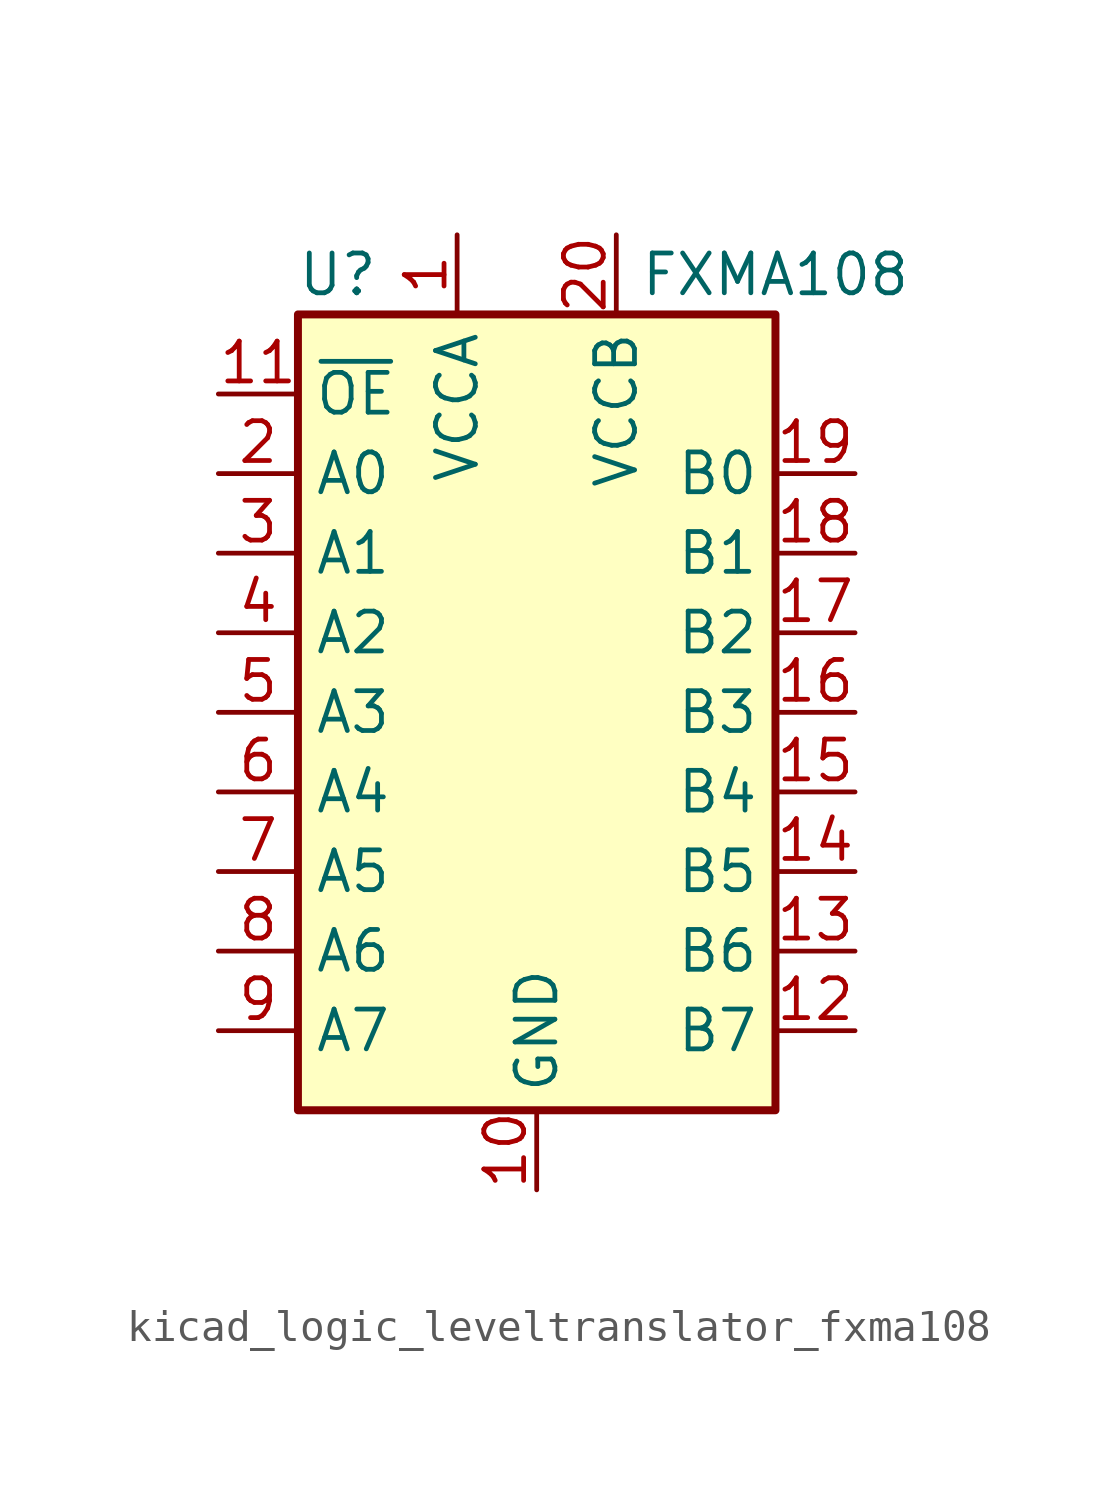
<source format=kicad_sym>
(kicad_symbol_lib
  (version 20220914)
  (generator kicad_symbol_editor)
  (symbol "kicad_logic_leveltranslator_fxma108"
    (property "Reference" "U"
      (at -6.35 13.97 0)
      (effects (font (size 1.27 1.27))))
    (property "Value" "FXMA108"
      (at 7.62 13.97 0)
      (effects (font (size 1.27 1.27))))
    (symbol "kicad_logic_leveltranslator_fxma108_1_1"
      (rectangle (start -7.62 12.7) (end 7.62 -12.7) (stroke (width 0.254) (type default)) (fill (type background)))
      (pin power_in line (at -2.54 15.24 270) (length 2.54) (name "VCCA" (effects (font (size 1.27 1.27)))) (number "1" (effects (font (size 1.27 1.27)))))
      (pin power_in line (at 0 -15.24 90) (length 2.54) (name "GND" (effects (font (size 1.27 1.27)))) (number "10" (effects (font (size 1.27 1.27)))))
      (pin input line (at -10.16 10.16 0) (length 2.54) (name "~{OE}" (effects (font (size 1.27 1.27)))) (number "11" (effects (font (size 1.27 1.27)))))
      (pin bidirectional line (at 10.16 -10.16 180) (length 2.54) (name "B7" (effects (font (size 1.27 1.27)))) (number "12" (effects (font (size 1.27 1.27)))))
      (pin bidirectional line (at 10.16 -7.62 180) (length 2.54) (name "B6" (effects (font (size 1.27 1.27)))) (number "13" (effects (font (size 1.27 1.27)))))
      (pin bidirectional line (at 10.16 -5.08 180) (length 2.54) (name "B5" (effects (font (size 1.27 1.27)))) (number "14" (effects (font (size 1.27 1.27)))))
      (pin bidirectional line (at 10.16 -2.54 180) (length 2.54) (name "B4" (effects (font (size 1.27 1.27)))) (number "15" (effects (font (size 1.27 1.27)))))
      (pin bidirectional line (at 10.16 0 180) (length 2.54) (name "B3" (effects (font (size 1.27 1.27)))) (number "16" (effects (font (size 1.27 1.27)))))
      (pin bidirectional line (at 10.16 2.54 180) (length 2.54) (name "B2" (effects (font (size 1.27 1.27)))) (number "17" (effects (font (size 1.27 1.27)))))
      (pin bidirectional line (at 10.16 5.08 180) (length 2.54) (name "B1" (effects (font (size 1.27 1.27)))) (number "18" (effects (font (size 1.27 1.27)))))
      (pin bidirectional line (at 10.16 7.62 180) (length 2.54) (name "B0" (effects (font (size 1.27 1.27)))) (number "19" (effects (font (size 1.27 1.27)))))
      (pin bidirectional line (at -10.16 7.62 0) (length 2.54) (name "A0" (effects (font (size 1.27 1.27)))) (number "2" (effects (font (size 1.27 1.27)))))
      (pin power_in line (at 2.54 15.24 270) (length 2.54) (name "VCCB" (effects (font (size 1.27 1.27)))) (number "20" (effects (font (size 1.27 1.27)))))
      (pin no_connect line (at 2.54 -12.7 90) (length 2.54) hide (name "NC" (effects (font (size 1.27 1.27)))) (number "21" (effects (font (size 1.27 1.27)))))
      (pin bidirectional line (at -10.16 5.08 0) (length 2.54) (name "A1" (effects (font (size 1.27 1.27)))) (number "3" (effects (font (size 1.27 1.27)))))
      (pin bidirectional line (at -10.16 2.54 0) (length 2.54) (name "A2" (effects (font (size 1.27 1.27)))) (number "4" (effects (font (size 1.27 1.27)))))
      (pin bidirectional line (at -10.16 0 0) (length 2.54) (name "A3" (effects (font (size 1.27 1.27)))) (number "5" (effects (font (size 1.27 1.27)))))
      (pin bidirectional line (at -10.16 -2.54 0) (length 2.54) (name "A4" (effects (font (size 1.27 1.27)))) (number "6" (effects (font (size 1.27 1.27)))))
      (pin bidirectional line (at -10.16 -5.08 0) (length 2.54) (name "A5" (effects (font (size 1.27 1.27)))) (number "7" (effects (font (size 1.27 1.27)))))
      (pin bidirectional line (at -10.16 -7.62 0) (length 2.54) (name "A6" (effects (font (size 1.27 1.27)))) (number "8" (effects (font (size 1.27 1.27)))))
      (pin bidirectional line (at -10.16 -10.16 0) (length 2.54) (name "A7" (effects (font (size 1.27 1.27)))) (number "9" (effects (font (size 1.27 1.27))))))))
</source>
